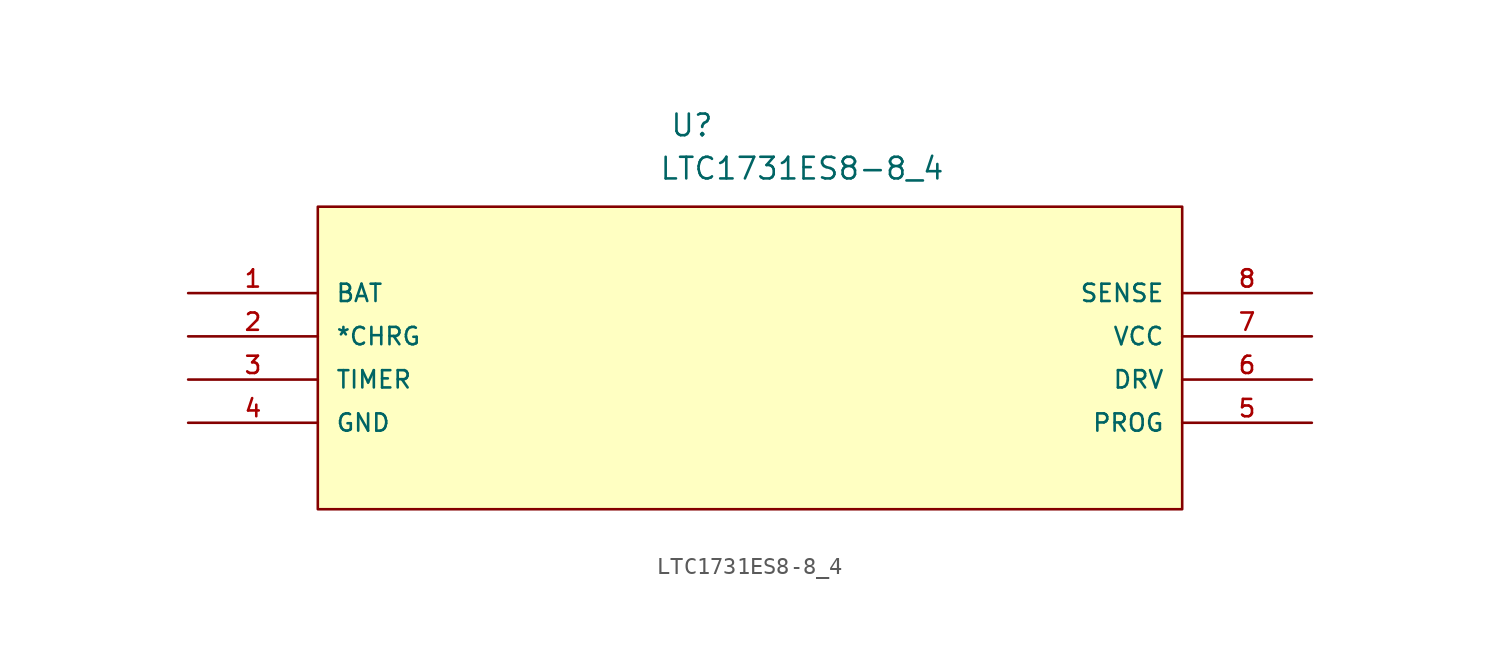
<source format=kicad_sym>
(kicad_symbol_lib
  (version 20211014)
  (generator kicad_symbol_editor)
  (symbol "LTC1731ES8-8_4"
    (pin_names
      (offset 1.016))
    (property "Reference" "U"
      (at 28.296 9.119 0.0)
      (effects (font (size 1.27 1.27)) (justify bottom left)))
    (property "Value" "LTC1731ES8-8_4"
      (at 27.661 6.579 0.0)
      (effects (font (size 1.27 1.27)) (justify bottom left)))
    (symbol "LTC1731ES8-8_4_0_0"
      (rectangle (start 7.62 -12.7) (end 58.42 5.08) (stroke (width 0.152)) (fill (type background)))
      (pin input line (at 0.0 0.0 0) (length 7.62) (name "BAT" (effects (font (size 1.016 1.016)))) (number "1" (effects (font (size 1.016 1.016)))))
      (pin output line (at 0.0 -2.54 0) (length 7.62) (name "*CHRG" (effects (font (size 1.016 1.016)))) (number "2" (effects (font (size 1.016 1.016)))))
      (pin input line (at 0.0 -5.08 0) (length 7.62) (name "TIMER" (effects (font (size 1.016 1.016)))) (number "3" (effects (font (size 1.016 1.016)))))
      (pin power_in line (at 0.0 -7.62 0) (length 7.62) (name "GND" (effects (font (size 1.016 1.016)))) (number "4" (effects (font (size 1.016 1.016)))))
      (pin input line (at 66.04 -7.62 180.0) (length 7.62) (name "PROG" (effects (font (size 1.016 1.016)))) (number "5" (effects (font (size 1.016 1.016)))))
      (pin output line (at 66.04 -5.08 180.0) (length 7.62) (name "DRV" (effects (font (size 1.016 1.016)))) (number "6" (effects (font (size 1.016 1.016)))))
      (pin power_in line (at 66.04 -2.54 180.0) (length 7.62) (name "VCC" (effects (font (size 1.016 1.016)))) (number "7" (effects (font (size 1.016 1.016)))))
      (pin input line (at 66.04 0.0 180.0) (length 7.62) (name "SENSE" (effects (font (size 1.016 1.016)))) (number "8" (effects (font (size 1.016 1.016))))))))
</source>
